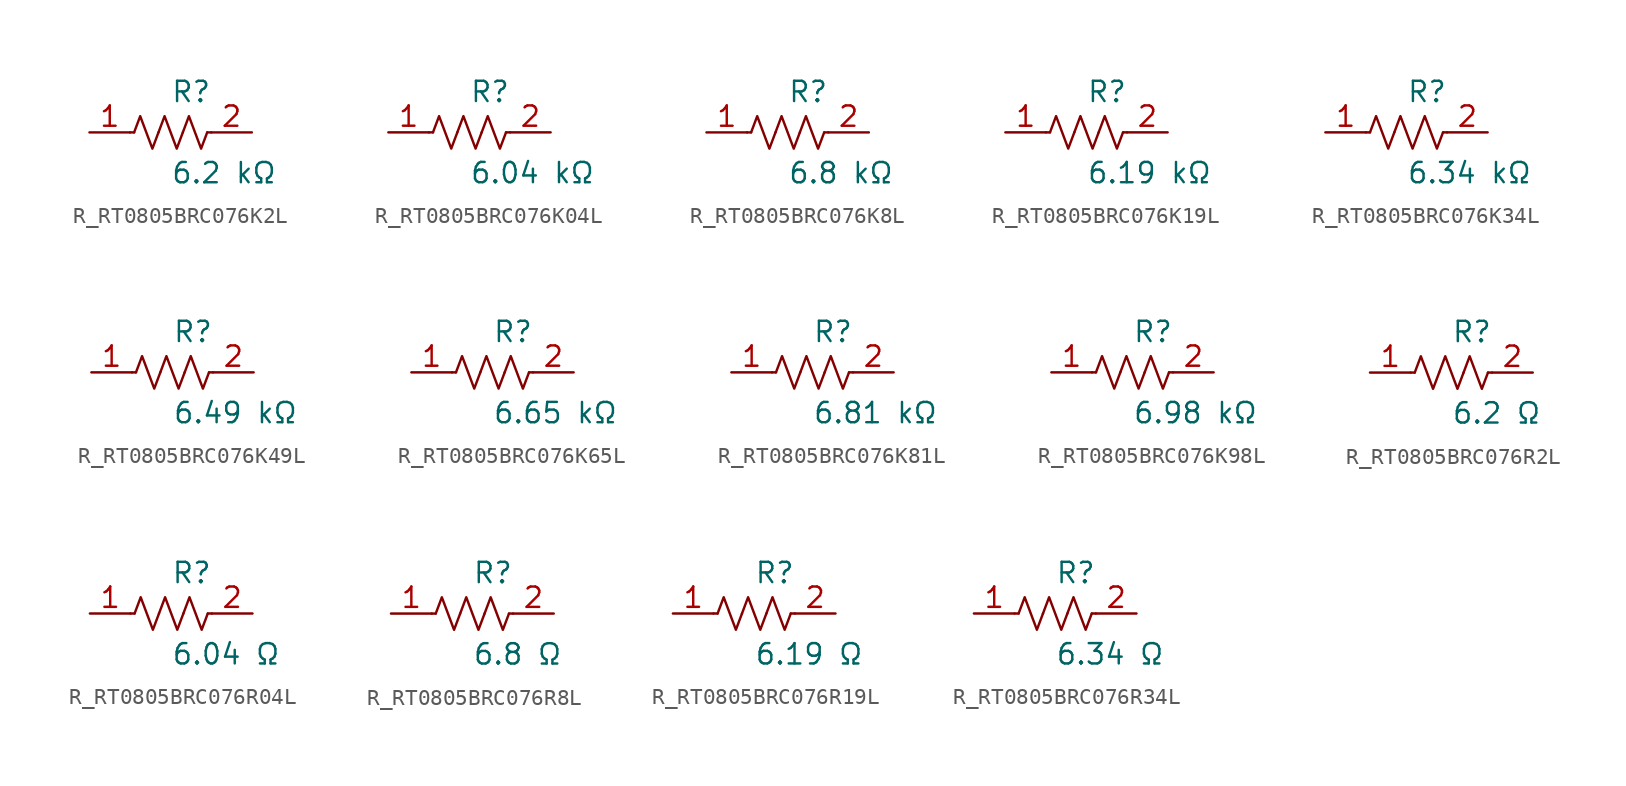
<source format=kicad_sym>
(kicad_symbol_lib
  (version 20231120)
  (generator kicad_symbol_editor)
  (generator_version 8.0)
  (symbol "R_RT0805BRC076K2L"
    (pin_names
      (offset 0.254))
    (property "Reference" "R"
      (at 0 2.54 0)
      (effects (font (size 1.27 1.27)) (justify left)))
    (property "Value" "6.2 kΩ"
      (at 0 -2.54 0)
      (effects (font (size 1.27 1.27)) (justify left)))
    (symbol "R_RT0805BRC076K2L_0_1"
      (polyline (pts (xy 2.286 0) (xy 2.54 0)) (stroke (width 0) (type default)) (fill (type none)))
      (polyline (pts (xy -2.286 0) (xy -2.54 0)) (stroke (width 0) (type default)) (fill (type none)))
      (polyline (pts (xy 0.762 0) (xy 1.143 1.016) (xy 1.524 0) (xy 1.905 -1.016) (xy 2.286 0)) (stroke (width 0) (type default)) (fill (type none)))
      (polyline (pts (xy -0.762 0) (xy -0.381 1.016) (xy 0 0) (xy 0.381 -1.016) (xy 0.762 0)) (stroke (width 0) (type default)) (fill (type none)))
      (polyline (pts (xy -2.286 0) (xy -1.905 1.016) (xy -1.524 0) (xy -1.143 -1.016) (xy -0.762 0)) (stroke (width 0) (type default)) (fill (type none))))
    (pin unspecified line
      (at -5.08 0 0)
      (length 2.54)
      (name "" (effects (font (size 1.27 1.27))))
      (number "1" (effects (font (size 1.27 1.27)))))
    (pin unspecified line
      (at 5.08 0 180)
      (length 2.54)
      (name "" (effects (font (size 1.27 1.27))))
      (number "2" (effects (font (size 1.27 1.27))))))
  (symbol "R_RT0805BRC076K04L"
    (pin_names
      (offset 0.254))
    (property "Reference" "R"
      (at 0 2.54 0)
      (effects (font (size 1.27 1.27)) (justify left)))
    (property "Value" "6.04 kΩ"
      (at 0 -2.54 0)
      (effects (font (size 1.27 1.27)) (justify left)))
    (symbol "R_RT0805BRC076K04L_0_1"
      (polyline (pts (xy 2.286 0) (xy 2.54 0)) (stroke (width 0) (type default)) (fill (type none)))
      (polyline (pts (xy -2.286 0) (xy -2.54 0)) (stroke (width 0) (type default)) (fill (type none)))
      (polyline (pts (xy 0.762 0) (xy 1.143 1.016) (xy 1.524 0) (xy 1.905 -1.016) (xy 2.286 0)) (stroke (width 0) (type default)) (fill (type none)))
      (polyline (pts (xy -0.762 0) (xy -0.381 1.016) (xy 0 0) (xy 0.381 -1.016) (xy 0.762 0)) (stroke (width 0) (type default)) (fill (type none)))
      (polyline (pts (xy -2.286 0) (xy -1.905 1.016) (xy -1.524 0) (xy -1.143 -1.016) (xy -0.762 0)) (stroke (width 0) (type default)) (fill (type none))))
    (pin unspecified line
      (at -5.08 0 0)
      (length 2.54)
      (name "" (effects (font (size 1.27 1.27))))
      (number "1" (effects (font (size 1.27 1.27)))))
    (pin unspecified line
      (at 5.08 0 180)
      (length 2.54)
      (name "" (effects (font (size 1.27 1.27))))
      (number "2" (effects (font (size 1.27 1.27))))))
  (symbol "R_RT0805BRC076K8L"
    (pin_names
      (offset 0.254))
    (property "Reference" "R"
      (at 0 2.54 0)
      (effects (font (size 1.27 1.27)) (justify left)))
    (property "Value" "6.8 kΩ"
      (at 0 -2.54 0)
      (effects (font (size 1.27 1.27)) (justify left)))
    (symbol "R_RT0805BRC076K8L_0_1"
      (polyline (pts (xy 2.286 0) (xy 2.54 0)) (stroke (width 0) (type default)) (fill (type none)))
      (polyline (pts (xy -2.286 0) (xy -2.54 0)) (stroke (width 0) (type default)) (fill (type none)))
      (polyline (pts (xy 0.762 0) (xy 1.143 1.016) (xy 1.524 0) (xy 1.905 -1.016) (xy 2.286 0)) (stroke (width 0) (type default)) (fill (type none)))
      (polyline (pts (xy -0.762 0) (xy -0.381 1.016) (xy 0 0) (xy 0.381 -1.016) (xy 0.762 0)) (stroke (width 0) (type default)) (fill (type none)))
      (polyline (pts (xy -2.286 0) (xy -1.905 1.016) (xy -1.524 0) (xy -1.143 -1.016) (xy -0.762 0)) (stroke (width 0) (type default)) (fill (type none))))
    (pin unspecified line
      (at -5.08 0 0)
      (length 2.54)
      (name "" (effects (font (size 1.27 1.27))))
      (number "1" (effects (font (size 1.27 1.27)))))
    (pin unspecified line
      (at 5.08 0 180)
      (length 2.54)
      (name "" (effects (font (size 1.27 1.27))))
      (number "2" (effects (font (size 1.27 1.27))))))
  (symbol "R_RT0805BRC076K19L"
    (pin_names
      (offset 0.254))
    (property "Reference" "R"
      (at 0 2.54 0)
      (effects (font (size 1.27 1.27)) (justify left)))
    (property "Value" "6.19 kΩ"
      (at 0 -2.54 0)
      (effects (font (size 1.27 1.27)) (justify left)))
    (symbol "R_RT0805BRC076K19L_0_1"
      (polyline (pts (xy 2.286 0) (xy 2.54 0)) (stroke (width 0) (type default)) (fill (type none)))
      (polyline (pts (xy -2.286 0) (xy -2.54 0)) (stroke (width 0) (type default)) (fill (type none)))
      (polyline (pts (xy 0.762 0) (xy 1.143 1.016) (xy 1.524 0) (xy 1.905 -1.016) (xy 2.286 0)) (stroke (width 0) (type default)) (fill (type none)))
      (polyline (pts (xy -0.762 0) (xy -0.381 1.016) (xy 0 0) (xy 0.381 -1.016) (xy 0.762 0)) (stroke (width 0) (type default)) (fill (type none)))
      (polyline (pts (xy -2.286 0) (xy -1.905 1.016) (xy -1.524 0) (xy -1.143 -1.016) (xy -0.762 0)) (stroke (width 0) (type default)) (fill (type none))))
    (pin unspecified line
      (at -5.08 0 0)
      (length 2.54)
      (name "" (effects (font (size 1.27 1.27))))
      (number "1" (effects (font (size 1.27 1.27)))))
    (pin unspecified line
      (at 5.08 0 180)
      (length 2.54)
      (name "" (effects (font (size 1.27 1.27))))
      (number "2" (effects (font (size 1.27 1.27))))))
  (symbol "R_RT0805BRC076K34L"
    (pin_names
      (offset 0.254))
    (property "Reference" "R"
      (at 0 2.54 0)
      (effects (font (size 1.27 1.27)) (justify left)))
    (property "Value" "6.34 kΩ"
      (at 0 -2.54 0)
      (effects (font (size 1.27 1.27)) (justify left)))
    (symbol "R_RT0805BRC076K34L_0_1"
      (polyline (pts (xy 2.286 0) (xy 2.54 0)) (stroke (width 0) (type default)) (fill (type none)))
      (polyline (pts (xy -2.286 0) (xy -2.54 0)) (stroke (width 0) (type default)) (fill (type none)))
      (polyline (pts (xy 0.762 0) (xy 1.143 1.016) (xy 1.524 0) (xy 1.905 -1.016) (xy 2.286 0)) (stroke (width 0) (type default)) (fill (type none)))
      (polyline (pts (xy -0.762 0) (xy -0.381 1.016) (xy 0 0) (xy 0.381 -1.016) (xy 0.762 0)) (stroke (width 0) (type default)) (fill (type none)))
      (polyline (pts (xy -2.286 0) (xy -1.905 1.016) (xy -1.524 0) (xy -1.143 -1.016) (xy -0.762 0)) (stroke (width 0) (type default)) (fill (type none))))
    (pin unspecified line
      (at -5.08 0 0)
      (length 2.54)
      (name "" (effects (font (size 1.27 1.27))))
      (number "1" (effects (font (size 1.27 1.27)))))
    (pin unspecified line
      (at 5.08 0 180)
      (length 2.54)
      (name "" (effects (font (size 1.27 1.27))))
      (number "2" (effects (font (size 1.27 1.27))))))
  (symbol "R_RT0805BRC076K49L"
    (pin_names
      (offset 0.254))
    (property "Reference" "R"
      (at 0 2.54 0)
      (effects (font (size 1.27 1.27)) (justify left)))
    (property "Value" "6.49 kΩ"
      (at 0 -2.54 0)
      (effects (font (size 1.27 1.27)) (justify left)))
    (symbol "R_RT0805BRC076K49L_0_1"
      (polyline (pts (xy 2.286 0) (xy 2.54 0)) (stroke (width 0) (type default)) (fill (type none)))
      (polyline (pts (xy -2.286 0) (xy -2.54 0)) (stroke (width 0) (type default)) (fill (type none)))
      (polyline (pts (xy 0.762 0) (xy 1.143 1.016) (xy 1.524 0) (xy 1.905 -1.016) (xy 2.286 0)) (stroke (width 0) (type default)) (fill (type none)))
      (polyline (pts (xy -0.762 0) (xy -0.381 1.016) (xy 0 0) (xy 0.381 -1.016) (xy 0.762 0)) (stroke (width 0) (type default)) (fill (type none)))
      (polyline (pts (xy -2.286 0) (xy -1.905 1.016) (xy -1.524 0) (xy -1.143 -1.016) (xy -0.762 0)) (stroke (width 0) (type default)) (fill (type none))))
    (pin unspecified line
      (at -5.08 0 0)
      (length 2.54)
      (name "" (effects (font (size 1.27 1.27))))
      (number "1" (effects (font (size 1.27 1.27)))))
    (pin unspecified line
      (at 5.08 0 180)
      (length 2.54)
      (name "" (effects (font (size 1.27 1.27))))
      (number "2" (effects (font (size 1.27 1.27))))))
  (symbol "R_RT0805BRC076K65L"
    (pin_names
      (offset 0.254))
    (property "Reference" "R"
      (at 0 2.54 0)
      (effects (font (size 1.27 1.27)) (justify left)))
    (property "Value" "6.65 kΩ"
      (at 0 -2.54 0)
      (effects (font (size 1.27 1.27)) (justify left)))
    (symbol "R_RT0805BRC076K65L_0_1"
      (polyline (pts (xy 2.286 0) (xy 2.54 0)) (stroke (width 0) (type default)) (fill (type none)))
      (polyline (pts (xy -2.286 0) (xy -2.54 0)) (stroke (width 0) (type default)) (fill (type none)))
      (polyline (pts (xy 0.762 0) (xy 1.143 1.016) (xy 1.524 0) (xy 1.905 -1.016) (xy 2.286 0)) (stroke (width 0) (type default)) (fill (type none)))
      (polyline (pts (xy -0.762 0) (xy -0.381 1.016) (xy 0 0) (xy 0.381 -1.016) (xy 0.762 0)) (stroke (width 0) (type default)) (fill (type none)))
      (polyline (pts (xy -2.286 0) (xy -1.905 1.016) (xy -1.524 0) (xy -1.143 -1.016) (xy -0.762 0)) (stroke (width 0) (type default)) (fill (type none))))
    (pin unspecified line
      (at -5.08 0 0)
      (length 2.54)
      (name "" (effects (font (size 1.27 1.27))))
      (number "1" (effects (font (size 1.27 1.27)))))
    (pin unspecified line
      (at 5.08 0 180)
      (length 2.54)
      (name "" (effects (font (size 1.27 1.27))))
      (number "2" (effects (font (size 1.27 1.27))))))
  (symbol "R_RT0805BRC076K81L"
    (pin_names
      (offset 0.254))
    (property "Reference" "R"
      (at 0 2.54 0)
      (effects (font (size 1.27 1.27)) (justify left)))
    (property "Value" "6.81 kΩ"
      (at 0 -2.54 0)
      (effects (font (size 1.27 1.27)) (justify left)))
    (symbol "R_RT0805BRC076K81L_0_1"
      (polyline (pts (xy 2.286 0) (xy 2.54 0)) (stroke (width 0) (type default)) (fill (type none)))
      (polyline (pts (xy -2.286 0) (xy -2.54 0)) (stroke (width 0) (type default)) (fill (type none)))
      (polyline (pts (xy 0.762 0) (xy 1.143 1.016) (xy 1.524 0) (xy 1.905 -1.016) (xy 2.286 0)) (stroke (width 0) (type default)) (fill (type none)))
      (polyline (pts (xy -0.762 0) (xy -0.381 1.016) (xy 0 0) (xy 0.381 -1.016) (xy 0.762 0)) (stroke (width 0) (type default)) (fill (type none)))
      (polyline (pts (xy -2.286 0) (xy -1.905 1.016) (xy -1.524 0) (xy -1.143 -1.016) (xy -0.762 0)) (stroke (width 0) (type default)) (fill (type none))))
    (pin unspecified line
      (at -5.08 0 0)
      (length 2.54)
      (name "" (effects (font (size 1.27 1.27))))
      (number "1" (effects (font (size 1.27 1.27)))))
    (pin unspecified line
      (at 5.08 0 180)
      (length 2.54)
      (name "" (effects (font (size 1.27 1.27))))
      (number "2" (effects (font (size 1.27 1.27))))))
  (symbol "R_RT0805BRC076K98L"
    (pin_names
      (offset 0.254))
    (property "Reference" "R"
      (at 0 2.54 0)
      (effects (font (size 1.27 1.27)) (justify left)))
    (property "Value" "6.98 kΩ"
      (at 0 -2.54 0)
      (effects (font (size 1.27 1.27)) (justify left)))
    (symbol "R_RT0805BRC076K98L_0_1"
      (polyline (pts (xy 2.286 0) (xy 2.54 0)) (stroke (width 0) (type default)) (fill (type none)))
      (polyline (pts (xy -2.286 0) (xy -2.54 0)) (stroke (width 0) (type default)) (fill (type none)))
      (polyline (pts (xy 0.762 0) (xy 1.143 1.016) (xy 1.524 0) (xy 1.905 -1.016) (xy 2.286 0)) (stroke (width 0) (type default)) (fill (type none)))
      (polyline (pts (xy -0.762 0) (xy -0.381 1.016) (xy 0 0) (xy 0.381 -1.016) (xy 0.762 0)) (stroke (width 0) (type default)) (fill (type none)))
      (polyline (pts (xy -2.286 0) (xy -1.905 1.016) (xy -1.524 0) (xy -1.143 -1.016) (xy -0.762 0)) (stroke (width 0) (type default)) (fill (type none))))
    (pin unspecified line
      (at -5.08 0 0)
      (length 2.54)
      (name "" (effects (font (size 1.27 1.27))))
      (number "1" (effects (font (size 1.27 1.27)))))
    (pin unspecified line
      (at 5.08 0 180)
      (length 2.54)
      (name "" (effects (font (size 1.27 1.27))))
      (number "2" (effects (font (size 1.27 1.27))))))
  (symbol "R_RT0805BRC076R2L"
    (pin_names
      (offset 0.254))
    (property "Reference" "R"
      (at 0 2.54 0)
      (effects (font (size 1.27 1.27)) (justify left)))
    (property "Value" "6.2 Ω"
      (at 0 -2.54 0)
      (effects (font (size 1.27 1.27)) (justify left)))
    (symbol "R_RT0805BRC076R2L_0_1"
      (polyline (pts (xy 2.286 0) (xy 2.54 0)) (stroke (width 0) (type default)) (fill (type none)))
      (polyline (pts (xy -2.286 0) (xy -2.54 0)) (stroke (width 0) (type default)) (fill (type none)))
      (polyline (pts (xy 0.762 0) (xy 1.143 1.016) (xy 1.524 0) (xy 1.905 -1.016) (xy 2.286 0)) (stroke (width 0) (type default)) (fill (type none)))
      (polyline (pts (xy -0.762 0) (xy -0.381 1.016) (xy 0 0) (xy 0.381 -1.016) (xy 0.762 0)) (stroke (width 0) (type default)) (fill (type none)))
      (polyline (pts (xy -2.286 0) (xy -1.905 1.016) (xy -1.524 0) (xy -1.143 -1.016) (xy -0.762 0)) (stroke (width 0) (type default)) (fill (type none))))
    (pin unspecified line
      (at -5.08 0 0)
      (length 2.54)
      (name "" (effects (font (size 1.27 1.27))))
      (number "1" (effects (font (size 1.27 1.27)))))
    (pin unspecified line
      (at 5.08 0 180)
      (length 2.54)
      (name "" (effects (font (size 1.27 1.27))))
      (number "2" (effects (font (size 1.27 1.27))))))
  (symbol "R_RT0805BRC076R04L"
    (pin_names
      (offset 0.254))
    (property "Reference" "R"
      (at 0 2.54 0)
      (effects (font (size 1.27 1.27)) (justify left)))
    (property "Value" "6.04 Ω"
      (at 0 -2.54 0)
      (effects (font (size 1.27 1.27)) (justify left)))
    (symbol "R_RT0805BRC076R04L_0_1"
      (polyline (pts (xy 2.286 0) (xy 2.54 0)) (stroke (width 0) (type default)) (fill (type none)))
      (polyline (pts (xy -2.286 0) (xy -2.54 0)) (stroke (width 0) (type default)) (fill (type none)))
      (polyline (pts (xy 0.762 0) (xy 1.143 1.016) (xy 1.524 0) (xy 1.905 -1.016) (xy 2.286 0)) (stroke (width 0) (type default)) (fill (type none)))
      (polyline (pts (xy -0.762 0) (xy -0.381 1.016) (xy 0 0) (xy 0.381 -1.016) (xy 0.762 0)) (stroke (width 0) (type default)) (fill (type none)))
      (polyline (pts (xy -2.286 0) (xy -1.905 1.016) (xy -1.524 0) (xy -1.143 -1.016) (xy -0.762 0)) (stroke (width 0) (type default)) (fill (type none))))
    (pin unspecified line
      (at -5.08 0 0)
      (length 2.54)
      (name "" (effects (font (size 1.27 1.27))))
      (number "1" (effects (font (size 1.27 1.27)))))
    (pin unspecified line
      (at 5.08 0 180)
      (length 2.54)
      (name "" (effects (font (size 1.27 1.27))))
      (number "2" (effects (font (size 1.27 1.27))))))
  (symbol "R_RT0805BRC076R8L"
    (pin_names
      (offset 0.254))
    (property "Reference" "R"
      (at 0 2.54 0)
      (effects (font (size 1.27 1.27)) (justify left)))
    (property "Value" "6.8 Ω"
      (at 0 -2.54 0)
      (effects (font (size 1.27 1.27)) (justify left)))
    (symbol "R_RT0805BRC076R8L_0_1"
      (polyline (pts (xy 2.286 0) (xy 2.54 0)) (stroke (width 0) (type default)) (fill (type none)))
      (polyline (pts (xy -2.286 0) (xy -2.54 0)) (stroke (width 0) (type default)) (fill (type none)))
      (polyline (pts (xy 0.762 0) (xy 1.143 1.016) (xy 1.524 0) (xy 1.905 -1.016) (xy 2.286 0)) (stroke (width 0) (type default)) (fill (type none)))
      (polyline (pts (xy -0.762 0) (xy -0.381 1.016) (xy 0 0) (xy 0.381 -1.016) (xy 0.762 0)) (stroke (width 0) (type default)) (fill (type none)))
      (polyline (pts (xy -2.286 0) (xy -1.905 1.016) (xy -1.524 0) (xy -1.143 -1.016) (xy -0.762 0)) (stroke (width 0) (type default)) (fill (type none))))
    (pin unspecified line
      (at -5.08 0 0)
      (length 2.54)
      (name "" (effects (font (size 1.27 1.27))))
      (number "1" (effects (font (size 1.27 1.27)))))
    (pin unspecified line
      (at 5.08 0 180)
      (length 2.54)
      (name "" (effects (font (size 1.27 1.27))))
      (number "2" (effects (font (size 1.27 1.27))))))
  (symbol "R_RT0805BRC076R19L"
    (pin_names
      (offset 0.254))
    (property "Reference" "R"
      (at 0 2.54 0)
      (effects (font (size 1.27 1.27)) (justify left)))
    (property "Value" "6.19 Ω"
      (at 0 -2.54 0)
      (effects (font (size 1.27 1.27)) (justify left)))
    (symbol "R_RT0805BRC076R19L_0_1"
      (polyline (pts (xy 2.286 0) (xy 2.54 0)) (stroke (width 0) (type default)) (fill (type none)))
      (polyline (pts (xy -2.286 0) (xy -2.54 0)) (stroke (width 0) (type default)) (fill (type none)))
      (polyline (pts (xy 0.762 0) (xy 1.143 1.016) (xy 1.524 0) (xy 1.905 -1.016) (xy 2.286 0)) (stroke (width 0) (type default)) (fill (type none)))
      (polyline (pts (xy -0.762 0) (xy -0.381 1.016) (xy 0 0) (xy 0.381 -1.016) (xy 0.762 0)) (stroke (width 0) (type default)) (fill (type none)))
      (polyline (pts (xy -2.286 0) (xy -1.905 1.016) (xy -1.524 0) (xy -1.143 -1.016) (xy -0.762 0)) (stroke (width 0) (type default)) (fill (type none))))
    (pin unspecified line
      (at -5.08 0 0)
      (length 2.54)
      (name "" (effects (font (size 1.27 1.27))))
      (number "1" (effects (font (size 1.27 1.27)))))
    (pin unspecified line
      (at 5.08 0 180)
      (length 2.54)
      (name "" (effects (font (size 1.27 1.27))))
      (number "2" (effects (font (size 1.27 1.27))))))
  (symbol "R_RT0805BRC076R34L"
    (pin_names
      (offset 0.254))
    (property "Reference" "R"
      (at 0 2.54 0)
      (effects (font (size 1.27 1.27)) (justify left)))
    (property "Value" "6.34 Ω"
      (at 0 -2.54 0)
      (effects (font (size 1.27 1.27)) (justify left)))
    (symbol "R_RT0805BRC076R34L_0_1"
      (polyline (pts (xy 2.286 0) (xy 2.54 0)) (stroke (width 0) (type default)) (fill (type none)))
      (polyline (pts (xy -2.286 0) (xy -2.54 0)) (stroke (width 0) (type default)) (fill (type none)))
      (polyline (pts (xy 0.762 0) (xy 1.143 1.016) (xy 1.524 0) (xy 1.905 -1.016) (xy 2.286 0)) (stroke (width 0) (type default)) (fill (type none)))
      (polyline (pts (xy -0.762 0) (xy -0.381 1.016) (xy 0 0) (xy 0.381 -1.016) (xy 0.762 0)) (stroke (width 0) (type default)) (fill (type none)))
      (polyline (pts (xy -2.286 0) (xy -1.905 1.016) (xy -1.524 0) (xy -1.143 -1.016) (xy -0.762 0)) (stroke (width 0) (type default)) (fill (type none))))
    (pin unspecified line
      (at -5.08 0 0)
      (length 2.54)
      (name "" (effects (font (size 1.27 1.27))))
      (number "1" (effects (font (size 1.27 1.27)))))
    (pin unspecified line
      (at 5.08 0 180)
      (length 2.54)
      (name "" (effects (font (size 1.27 1.27))))
      (number "2" (effects (font (size 1.27 1.27)))))))
</source>
